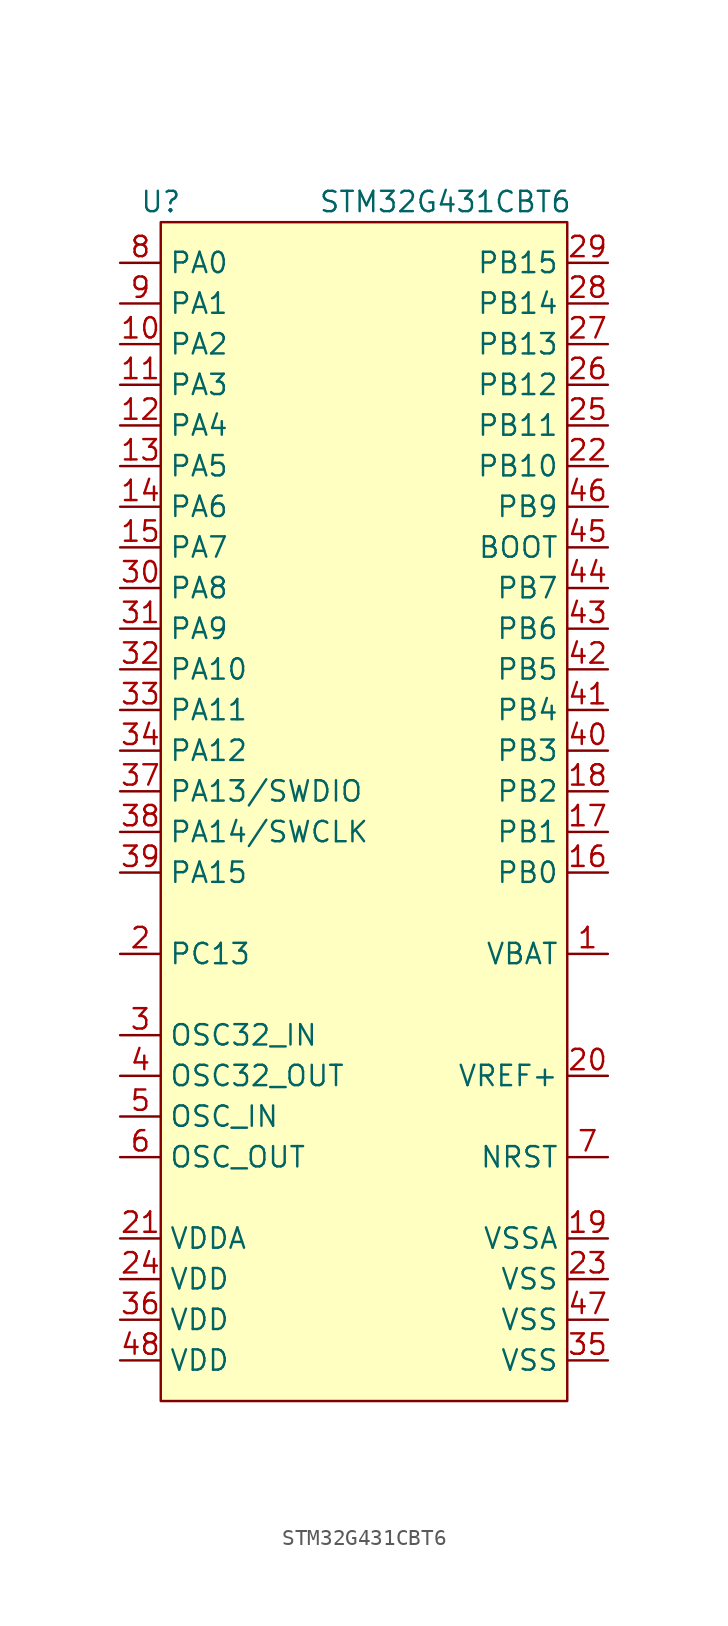
<source format=kicad_sym>
(kicad_symbol_lib
  (version 20220914)
  (generator kicad_symbol_editor)
  (symbol "STM32G431CBT6"
    (property "Reference" "U"
      (at 0 1.27 0)
      (effects (font (size 1.27 1.27))))
    (property "Value" "STM32G431CBT6"
      (at 17.78 1.27 0)
      (effects (font (size 1.27 1.27))))
    (symbol "STM32G431CBT6_0_1"
      (rectangle (start 0 0) (end 25.4 -73.66) (stroke (width 0) (type default)) (fill (type background))))
    (symbol "STM32G431CBT6_1_1"
      (pin power_in line (at 27.94 -45.72 180) (length 2.54) (name "VBAT" (effects (font (size 1.27 1.27)))) (number "1" (effects (font (size 1.27 1.27)))))
      (pin bidirectional line (at -2.54 -7.62 0) (length 2.54) (name "PA2" (effects (font (size 1.27 1.27)))) (number "10" (effects (font (size 1.27 1.27)))))
      (pin bidirectional line (at -2.54 -10.16 0) (length 2.54) (name "PA3" (effects (font (size 1.27 1.27)))) (number "11" (effects (font (size 1.27 1.27)))))
      (pin bidirectional line (at -2.54 -12.7 0) (length 2.54) (name "PA4" (effects (font (size 1.27 1.27)))) (number "12" (effects (font (size 1.27 1.27)))))
      (pin bidirectional line (at -2.54 -15.24 0) (length 2.54) (name "PA5" (effects (font (size 1.27 1.27)))) (number "13" (effects (font (size 1.27 1.27)))))
      (pin bidirectional line (at -2.54 -17.78 0) (length 2.54) (name "PA6" (effects (font (size 1.27 1.27)))) (number "14" (effects (font (size 1.27 1.27)))))
      (pin bidirectional line (at -2.54 -20.32 0) (length 2.54) (name "PA7" (effects (font (size 1.27 1.27)))) (number "15" (effects (font (size 1.27 1.27)))))
      (pin bidirectional line (at 27.94 -40.64 180) (length 2.54) (name "PB0" (effects (font (size 1.27 1.27)))) (number "16" (effects (font (size 1.27 1.27)))))
      (pin bidirectional line (at 27.94 -38.1 180) (length 2.54) (name "PB1" (effects (font (size 1.27 1.27)))) (number "17" (effects (font (size 1.27 1.27)))))
      (pin bidirectional line (at 27.94 -35.56 180) (length 2.54) (name "PB2" (effects (font (size 1.27 1.27)))) (number "18" (effects (font (size 1.27 1.27)))))
      (pin power_in line (at 27.94 -63.5 180) (length 2.54) (name "VSSA" (effects (font (size 1.27 1.27)))) (number "19" (effects (font (size 1.27 1.27)))))
      (pin bidirectional line (at -2.54 -45.72 0) (length 2.54) (name "PC13" (effects (font (size 1.27 1.27)))) (number "2" (effects (font (size 1.27 1.27)))))
      (pin bidirectional line (at 27.94 -53.34 180) (length 2.54) (name "VREF+" (effects (font (size 1.27 1.27)))) (number "20" (effects (font (size 1.27 1.27)))))
      (pin bidirectional line (at -2.54 -63.5 0) (length 2.54) (name "VDDA" (effects (font (size 1.27 1.27)))) (number "21" (effects (font (size 1.27 1.27)))))
      (pin bidirectional line (at 27.94 -15.24 180) (length 2.54) (name "PB10" (effects (font (size 1.27 1.27)))) (number "22" (effects (font (size 1.27 1.27)))))
      (pin power_in line (at 27.94 -66.04 180) (length 2.54) (name "VSS" (effects (font (size 1.27 1.27)))) (number "23" (effects (font (size 1.27 1.27)))))
      (pin power_in line (at -2.54 -66.04 0) (length 2.54) (name "VDD" (effects (font (size 1.27 1.27)))) (number "24" (effects (font (size 1.27 1.27)))))
      (pin bidirectional line (at 27.94 -12.7 180) (length 2.54) (name "PB11" (effects (font (size 1.27 1.27)))) (number "25" (effects (font (size 1.27 1.27)))))
      (pin bidirectional line (at 27.94 -10.16 180) (length 2.54) (name "PB12" (effects (font (size 1.27 1.27)))) (number "26" (effects (font (size 1.27 1.27)))))
      (pin bidirectional line (at 27.94 -7.62 180) (length 2.54) (name "PB13" (effects (font (size 1.27 1.27)))) (number "27" (effects (font (size 1.27 1.27)))))
      (pin bidirectional line (at 27.94 -5.08 180) (length 2.54) (name "PB14" (effects (font (size 1.27 1.27)))) (number "28" (effects (font (size 1.27 1.27)))))
      (pin bidirectional line (at 27.94 -2.54 180) (length 2.54) (name "PB15" (effects (font (size 1.27 1.27)))) (number "29" (effects (font (size 1.27 1.27)))))
      (pin bidirectional line (at -2.54 -50.8 0) (length 2.54) (name "OSC32_IN" (effects (font (size 1.27 1.27)))) (number "3" (effects (font (size 1.27 1.27)))))
      (pin bidirectional line (at -2.54 -22.86 0) (length 2.54) (name "PA8" (effects (font (size 1.27 1.27)))) (number "30" (effects (font (size 1.27 1.27)))))
      (pin bidirectional line (at -2.54 -25.4 0) (length 2.54) (name "PA9" (effects (font (size 1.27 1.27)))) (number "31" (effects (font (size 1.27 1.27)))))
      (pin bidirectional line (at -2.54 -27.94 0) (length 2.54) (name "PA10" (effects (font (size 1.27 1.27)))) (number "32" (effects (font (size 1.27 1.27)))))
      (pin bidirectional line (at -2.54 -30.48 0) (length 2.54) (name "PA11" (effects (font (size 1.27 1.27)))) (number "33" (effects (font (size 1.27 1.27)))))
      (pin bidirectional line (at -2.54 -33.02 0) (length 2.54) (name "PA12" (effects (font (size 1.27 1.27)))) (number "34" (effects (font (size 1.27 1.27)))))
      (pin power_in line (at 27.94 -71.12 180) (length 2.54) (name "VSS" (effects (font (size 1.27 1.27)))) (number "35" (effects (font (size 1.27 1.27)))))
      (pin power_in line (at -2.54 -68.58 0) (length 2.54) (name "VDD" (effects (font (size 1.27 1.27)))) (number "36" (effects (font (size 1.27 1.27)))))
      (pin bidirectional line (at -2.54 -35.56 0) (length 2.54) (name "PA13/SWDIO" (effects (font (size 1.27 1.27)))) (number "37" (effects (font (size 1.27 1.27)))))
      (pin bidirectional line (at -2.54 -38.1 0) (length 2.54) (name "PA14/SWCLK" (effects (font (size 1.27 1.27)))) (number "38" (effects (font (size 1.27 1.27)))))
      (pin bidirectional line (at -2.54 -40.64 0) (length 2.54) (name "PA15" (effects (font (size 1.27 1.27)))) (number "39" (effects (font (size 1.27 1.27)))))
      (pin bidirectional line (at -2.54 -53.34 0) (length 2.54) (name "OSC32_OUT" (effects (font (size 1.27 1.27)))) (number "4" (effects (font (size 1.27 1.27)))))
      (pin bidirectional line (at 27.94 -33.02 180) (length 2.54) (name "PB3" (effects (font (size 1.27 1.27)))) (number "40" (effects (font (size 1.27 1.27)))))
      (pin bidirectional line (at 27.94 -30.48 180) (length 2.54) (name "PB4" (effects (font (size 1.27 1.27)))) (number "41" (effects (font (size 1.27 1.27)))))
      (pin bidirectional line (at 27.94 -27.94 180) (length 2.54) (name "PB5" (effects (font (size 1.27 1.27)))) (number "42" (effects (font (size 1.27 1.27)))))
      (pin bidirectional line (at 27.94 -25.4 180) (length 2.54) (name "PB6" (effects (font (size 1.27 1.27)))) (number "43" (effects (font (size 1.27 1.27)))))
      (pin bidirectional line (at 27.94 -22.86 180) (length 2.54) (name "PB7" (effects (font (size 1.27 1.27)))) (number "44" (effects (font (size 1.27 1.27)))))
      (pin bidirectional line (at 27.94 -20.32 180) (length 2.54) (name "BOOT" (effects (font (size 1.27 1.27)))) (number "45" (effects (font (size 1.27 1.27)))))
      (pin bidirectional line (at 27.94 -17.78 180) (length 2.54) (name "PB9" (effects (font (size 1.27 1.27)))) (number "46" (effects (font (size 1.27 1.27)))))
      (pin power_in line (at 27.94 -68.58 180) (length 2.54) (name "VSS" (effects (font (size 1.27 1.27)))) (number "47" (effects (font (size 1.27 1.27)))))
      (pin power_in line (at -2.54 -71.12 0) (length 2.54) (name "VDD" (effects (font (size 1.27 1.27)))) (number "48" (effects (font (size 1.27 1.27)))))
      (pin input line (at -2.54 -55.88 0) (length 2.54) (name "OSC_IN" (effects (font (size 1.27 1.27)))) (number "5" (effects (font (size 1.27 1.27)))))
      (pin output line (at -2.54 -58.42 0) (length 2.54) (name "OSC_OUT" (effects (font (size 1.27 1.27)))) (number "6" (effects (font (size 1.27 1.27)))))
      (pin input line (at 27.94 -58.42 180) (length 2.54) (name "NRST" (effects (font (size 1.27 1.27)))) (number "7" (effects (font (size 1.27 1.27)))))
      (pin bidirectional line (at -2.54 -2.54 0) (length 2.54) (name "PA0" (effects (font (size 1.27 1.27)))) (number "8" (effects (font (size 1.27 1.27)))))
      (pin bidirectional line (at -2.54 -5.08 0) (length 2.54) (name "PA1" (effects (font (size 1.27 1.27)))) (number "9" (effects (font (size 1.27 1.27))))))))
</source>
